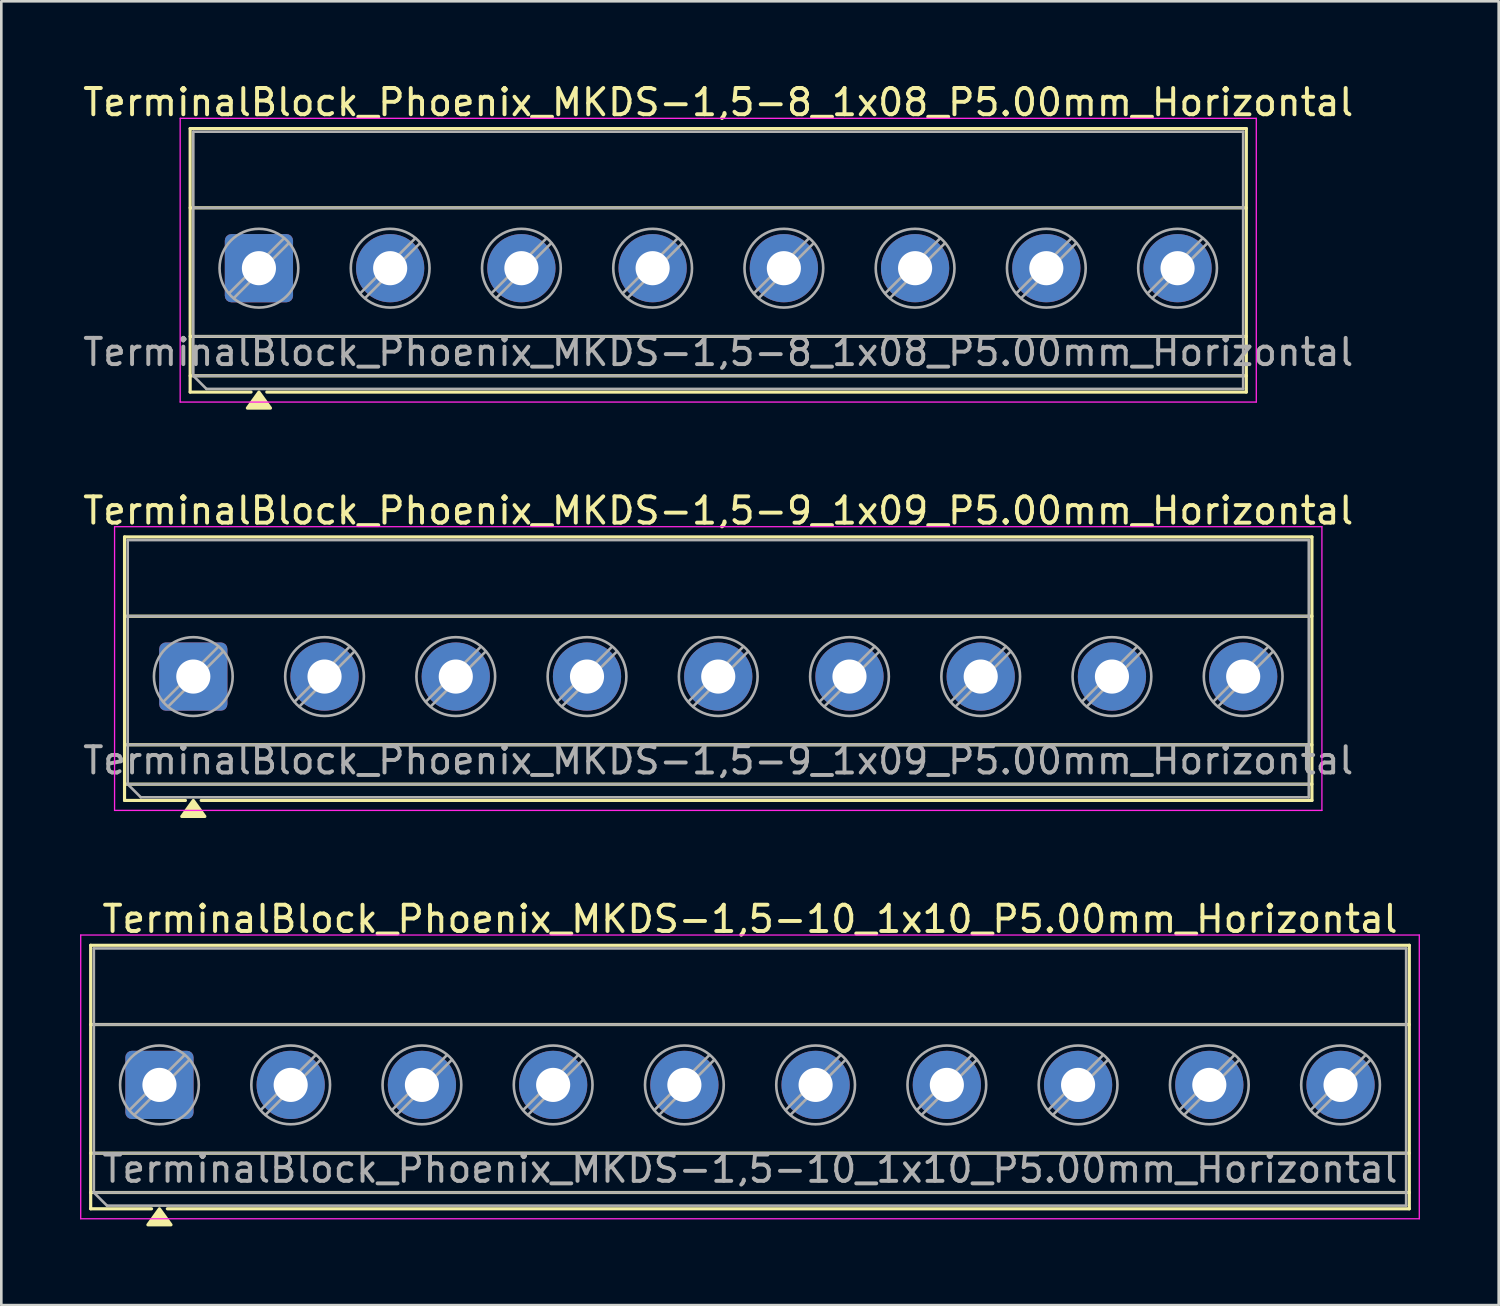
<source format=kicad_pcb>
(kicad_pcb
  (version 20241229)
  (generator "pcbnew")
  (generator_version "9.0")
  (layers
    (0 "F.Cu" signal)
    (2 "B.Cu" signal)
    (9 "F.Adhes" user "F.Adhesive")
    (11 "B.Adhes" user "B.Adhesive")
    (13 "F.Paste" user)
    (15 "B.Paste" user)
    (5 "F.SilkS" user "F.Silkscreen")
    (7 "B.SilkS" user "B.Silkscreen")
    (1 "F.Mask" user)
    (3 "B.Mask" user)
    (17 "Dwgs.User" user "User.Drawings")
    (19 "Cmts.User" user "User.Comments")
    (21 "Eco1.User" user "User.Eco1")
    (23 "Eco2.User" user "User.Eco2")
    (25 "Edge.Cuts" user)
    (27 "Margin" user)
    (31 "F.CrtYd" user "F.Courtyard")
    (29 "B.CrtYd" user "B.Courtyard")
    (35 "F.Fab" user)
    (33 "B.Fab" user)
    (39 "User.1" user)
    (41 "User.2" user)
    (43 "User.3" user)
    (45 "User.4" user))
  (footprint "TerminalBlock_Phoenix_MKDS-1,5-9_1x09_P5.00mm_Horizontal"
    (layer "F.Cu")
    (at 4.315 22.727)
    (property "Reference" "TerminalBlock_Phoenix_MKDS-1,5-9_1x09_P5.00mm_Horizontal" (at 20 -6.32 0) (layer "F.SilkS") (effects (font (size 1 1) (thickness 0.15))))
    (attr through_hole)
    (fp_line (start -2.62 -5.32) (end 42.62 -5.32) (stroke (width 0.12) (type solid)) (layer "F.SilkS"))
    (fp_line (start -2.62 -2.3) (end 42.62 -2.3) (stroke (width 0.12) (type solid)) (layer "F.SilkS"))
    (fp_line (start -2.62 2.6) (end 42.62 2.6) (stroke (width 0.12) (type solid)) (layer "F.SilkS"))
    (fp_line (start -2.62 4.1) (end 42.62 4.1) (stroke (width 0.12) (type solid)) (layer "F.SilkS"))
    (fp_line (start -2.62 4.72) (end -2.62 -5.32) (stroke (width 0.12) (type solid)) (layer "F.SilkS"))
    (fp_line (start -0.3 4.72) (end -2.62 4.72) (stroke (width 0.12) (type solid)) (layer "F.SilkS"))
    (fp_line (start 42.62 -5.32) (end 42.62 4.72) (stroke (width 0.12) (type solid)) (layer "F.SilkS"))
    (fp_line (start 42.62 4.72) (end 0.3 4.72) (stroke (width 0.12) (type solid)) (layer "F.SilkS"))
    (fp_poly (pts (xy 0 4.72) (xy 0.44 5.33) (xy -0.44 5.33)) (stroke (width 0.12) (type solid)) (fill yes) (layer "F.SilkS"))
    (fp_line (start -3 -5.71) (end -3 5.1) (stroke (width 0.05) (type solid)) (layer "F.CrtYd"))
    (fp_line (start -3 5.1) (end 43 5.1) (stroke (width 0.05) (type solid)) (layer "F.CrtYd"))
    (fp_line (start 43 -5.71) (end -3 -5.71) (stroke (width 0.05) (type solid)) (layer "F.CrtYd"))
    (fp_line (start 43 5.1) (end 43 -5.71) (stroke (width 0.05) (type solid)) (layer "F.CrtYd"))
    (fp_line (start -2.5 -5.2) (end 42.5 -5.2) (stroke (width 0.1) (type solid)) (layer "F.Fab"))
    (fp_line (start -2.5 -2.3) (end 42.5 -2.3) (stroke (width 0.1) (type solid)) (layer "F.Fab"))
    (fp_line (start -2.5 2.6) (end 42.5 2.6) (stroke (width 0.1) (type solid)) (layer "F.Fab"))
    (fp_line (start -2.5 4.1) (end -2.5 -5.2) (stroke (width 0.1) (type solid)) (layer "F.Fab"))
    (fp_line (start -2.5 4.1) (end 42.5 4.1) (stroke (width 0.1) (type solid)) (layer "F.Fab"))
    (fp_line (start -2 4.6) (end -2.5 4.1) (stroke (width 0.1) (type solid)) (layer "F.Fab"))
    (fp_line (start 0.955 -1.138) (end -1.138 0.955) (stroke (width 0.1) (type solid)) (layer "F.Fab"))
    (fp_line (start 1.138 -0.955) (end -0.955 1.138) (stroke (width 0.1) (type solid)) (layer "F.Fab"))
    (fp_line (start 5.955 -1.138) (end 3.862 0.955) (stroke (width 0.1) (type solid)) (layer "F.Fab"))
    (fp_line (start 6.138 -0.955) (end 4.045 1.138) (stroke (width 0.1) (type solid)) (layer "F.Fab"))
    (fp_line (start 10.955 -1.138) (end 8.862 0.955) (stroke (width 0.1) (type solid)) (layer "F.Fab"))
    (fp_line (start 11.138 -0.955) (end 9.045 1.138) (stroke (width 0.1) (type solid)) (layer "F.Fab"))
    (fp_line (start 15.955 -1.138) (end 13.862 0.955) (stroke (width 0.1) (type solid)) (layer "F.Fab"))
    (fp_line (start 16.138 -0.955) (end 14.045 1.138) (stroke (width 0.1) (type solid)) (layer "F.Fab"))
    (fp_line (start 20.955 -1.138) (end 18.862 0.955) (stroke (width 0.1) (type solid)) (layer "F.Fab"))
    (fp_line (start 21.138 -0.955) (end 19.045 1.138) (stroke (width 0.1) (type solid)) (layer "F.Fab"))
    (fp_line (start 25.955 -1.138) (end 23.862 0.955) (stroke (width 0.1) (type solid)) (layer "F.Fab"))
    (fp_line (start 26.138 -0.955) (end 24.045 1.138) (stroke (width 0.1) (type solid)) (layer "F.Fab"))
    (fp_line (start 30.955 -1.138) (end 28.862 0.955) (stroke (width 0.1) (type solid)) (layer "F.Fab"))
    (fp_line (start 31.138 -0.955) (end 29.045 1.138) (stroke (width 0.1) (type solid)) (layer "F.Fab"))
    (fp_line (start 35.955 -1.138) (end 33.862 0.955) (stroke (width 0.1) (type solid)) (layer "F.Fab"))
    (fp_line (start 36.138 -0.955) (end 34.045 1.138) (stroke (width 0.1) (type solid)) (layer "F.Fab"))
    (fp_line (start 40.955 -1.138) (end 38.862 0.955) (stroke (width 0.1) (type solid)) (layer "F.Fab"))
    (fp_line (start 41.138 -0.955) (end 39.045 1.138) (stroke (width 0.1) (type solid)) (layer "F.Fab"))
    (fp_line (start 42.5 -5.2) (end 42.5 4.6) (stroke (width 0.1) (type solid)) (layer "F.Fab"))
    (fp_line (start 42.5 4.6) (end -2 4.6) (stroke (width 0.1) (type solid)) (layer "F.Fab"))
    (fp_circle (center 0 0) (end 1.5 0) (stroke (width 0.1) (type solid)) (fill no) (layer "F.Fab"))
    (fp_circle (center 5 0) (end 6.5 0) (stroke (width 0.1) (type solid)) (fill no) (layer "F.Fab"))
    (fp_circle (center 10 0) (end 11.5 0) (stroke (width 0.1) (type solid)) (fill no) (layer "F.Fab"))
    (fp_circle (center 15 0) (end 16.5 0) (stroke (width 0.1) (type solid)) (fill no) (layer "F.Fab"))
    (fp_circle (center 20 0) (end 21.5 0) (stroke (width 0.1) (type solid)) (fill no) (layer "F.Fab"))
    (fp_circle (center 25 0) (end 26.5 0) (stroke (width 0.1) (type solid)) (fill no) (layer "F.Fab"))
    (fp_circle (center 30 0) (end 31.5 0) (stroke (width 0.1) (type solid)) (fill no) (layer "F.Fab"))
    (fp_circle (center 35 0) (end 36.5 0) (stroke (width 0.1) (type solid)) (fill no) (layer "F.Fab"))
    (fp_circle (center 40 0) (end 41.5 0) (stroke (width 0.1) (type solid)) (fill no) (layer "F.Fab"))
    (fp_text user "${REFERENCE}" (at 20 3.2 0) (layer "F.Fab") (effects (font (size 1 1) (thickness 0.15))))
    (pad "1" thru_hole roundrect (at 0 0) (size 2.6 2.6) (drill 1.3) (layers "*.Cu" "*.Mask") (roundrect_rratio 0.096))
    (pad "2" thru_hole circle (at 5 0) (size 2.6 2.6) (drill 1.3) (layers "*.Cu" "*.Mask"))
    (pad "3" thru_hole circle (at 10 0) (size 2.6 2.6) (drill 1.3) (layers "*.Cu" "*.Mask"))
    (pad "4" thru_hole circle (at 15 0) (size 2.6 2.6) (drill 1.3) (layers "*.Cu" "*.Mask"))
    (pad "5" thru_hole circle (at 20 0) (size 2.6 2.6) (drill 1.3) (layers "*.Cu" "*.Mask"))
    (pad "6" thru_hole circle (at 25 0) (size 2.6 2.6) (drill 1.3) (layers "*.Cu" "*.Mask"))
    (pad "7" thru_hole circle (at 30 0) (size 2.6 2.6) (drill 1.3) (layers "*.Cu" "*.Mask"))
    (pad "8" thru_hole circle (at 35 0) (size 2.6 2.6) (drill 1.3) (layers "*.Cu" "*.Mask"))
    (pad "9" thru_hole circle (at 40 0) (size 2.6 2.6) (drill 1.3) (layers "*.Cu" "*.Mask")))
  (footprint "TerminalBlock_Phoenix_MKDS-1,5-8_1x08_P5.00mm_Horizontal"
    (layer "F.Cu")
    (at 6.815 7.168)
    (property "Reference" "TerminalBlock_Phoenix_MKDS-1,5-8_1x08_P5.00mm_Horizontal" (at 17.5 -6.32 0) (layer "F.SilkS") (effects (font (size 1 1) (thickness 0.15))))
    (attr through_hole)
    (fp_line (start -2.62 -5.32) (end 37.62 -5.32) (stroke (width 0.12) (type solid)) (layer "F.SilkS"))
    (fp_line (start -2.62 -2.3) (end 37.62 -2.3) (stroke (width 0.12) (type solid)) (layer "F.SilkS"))
    (fp_line (start -2.62 2.6) (end 37.62 2.6) (stroke (width 0.12) (type solid)) (layer "F.SilkS"))
    (fp_line (start -2.62 4.1) (end 37.62 4.1) (stroke (width 0.12) (type solid)) (layer "F.SilkS"))
    (fp_line (start -2.62 4.72) (end -2.62 -5.32) (stroke (width 0.12) (type solid)) (layer "F.SilkS"))
    (fp_line (start -0.3 4.72) (end -2.62 4.72) (stroke (width 0.12) (type solid)) (layer "F.SilkS"))
    (fp_line (start 37.62 -5.32) (end 37.62 4.72) (stroke (width 0.12) (type solid)) (layer "F.SilkS"))
    (fp_line (start 37.62 4.72) (end 0.3 4.72) (stroke (width 0.12) (type solid)) (layer "F.SilkS"))
    (fp_poly (pts (xy 0 4.72) (xy 0.44 5.33) (xy -0.44 5.33)) (stroke (width 0.12) (type solid)) (fill yes) (layer "F.SilkS"))
    (fp_line (start -3 -5.71) (end -3 5.1) (stroke (width 0.05) (type solid)) (layer "F.CrtYd"))
    (fp_line (start -3 5.1) (end 38 5.1) (stroke (width 0.05) (type solid)) (layer "F.CrtYd"))
    (fp_line (start 38 -5.71) (end -3 -5.71) (stroke (width 0.05) (type solid)) (layer "F.CrtYd"))
    (fp_line (start 38 5.1) (end 38 -5.71) (stroke (width 0.05) (type solid)) (layer "F.CrtYd"))
    (fp_line (start -2.5 -5.2) (end 37.5 -5.2) (stroke (width 0.1) (type solid)) (layer "F.Fab"))
    (fp_line (start -2.5 -2.3) (end 37.5 -2.3) (stroke (width 0.1) (type solid)) (layer "F.Fab"))
    (fp_line (start -2.5 2.6) (end 37.5 2.6) (stroke (width 0.1) (type solid)) (layer "F.Fab"))
    (fp_line (start -2.5 4.1) (end -2.5 -5.2) (stroke (width 0.1) (type solid)) (layer "F.Fab"))
    (fp_line (start -2.5 4.1) (end 37.5 4.1) (stroke (width 0.1) (type solid)) (layer "F.Fab"))
    (fp_line (start -2 4.6) (end -2.5 4.1) (stroke (width 0.1) (type solid)) (layer "F.Fab"))
    (fp_line (start 0.955 -1.138) (end -1.138 0.955) (stroke (width 0.1) (type solid)) (layer "F.Fab"))
    (fp_line (start 1.138 -0.955) (end -0.955 1.138) (stroke (width 0.1) (type solid)) (layer "F.Fab"))
    (fp_line (start 5.955 -1.138) (end 3.862 0.955) (stroke (width 0.1) (type solid)) (layer "F.Fab"))
    (fp_line (start 6.138 -0.955) (end 4.045 1.138) (stroke (width 0.1) (type solid)) (layer "F.Fab"))
    (fp_line (start 10.955 -1.138) (end 8.862 0.955) (stroke (width 0.1) (type solid)) (layer "F.Fab"))
    (fp_line (start 11.138 -0.955) (end 9.045 1.138) (stroke (width 0.1) (type solid)) (layer "F.Fab"))
    (fp_line (start 15.955 -1.138) (end 13.862 0.955) (stroke (width 0.1) (type solid)) (layer "F.Fab"))
    (fp_line (start 16.138 -0.955) (end 14.045 1.138) (stroke (width 0.1) (type solid)) (layer "F.Fab"))
    (fp_line (start 20.955 -1.138) (end 18.862 0.955) (stroke (width 0.1) (type solid)) (layer "F.Fab"))
    (fp_line (start 21.138 -0.955) (end 19.045 1.138) (stroke (width 0.1) (type solid)) (layer "F.Fab"))
    (fp_line (start 25.955 -1.138) (end 23.862 0.955) (stroke (width 0.1) (type solid)) (layer "F.Fab"))
    (fp_line (start 26.138 -0.955) (end 24.045 1.138) (stroke (width 0.1) (type solid)) (layer "F.Fab"))
    (fp_line (start 30.955 -1.138) (end 28.862 0.955) (stroke (width 0.1) (type solid)) (layer "F.Fab"))
    (fp_line (start 31.138 -0.955) (end 29.045 1.138) (stroke (width 0.1) (type solid)) (layer "F.Fab"))
    (fp_line (start 35.955 -1.138) (end 33.862 0.955) (stroke (width 0.1) (type solid)) (layer "F.Fab"))
    (fp_line (start 36.138 -0.955) (end 34.045 1.138) (stroke (width 0.1) (type solid)) (layer "F.Fab"))
    (fp_line (start 37.5 -5.2) (end 37.5 4.6) (stroke (width 0.1) (type solid)) (layer "F.Fab"))
    (fp_line (start 37.5 4.6) (end -2 4.6) (stroke (width 0.1) (type solid)) (layer "F.Fab"))
    (fp_circle (center 0 0) (end 1.5 0) (stroke (width 0.1) (type solid)) (fill no) (layer "F.Fab"))
    (fp_circle (center 5 0) (end 6.5 0) (stroke (width 0.1) (type solid)) (fill no) (layer "F.Fab"))
    (fp_circle (center 10 0) (end 11.5 0) (stroke (width 0.1) (type solid)) (fill no) (layer "F.Fab"))
    (fp_circle (center 15 0) (end 16.5 0) (stroke (width 0.1) (type solid)) (fill no) (layer "F.Fab"))
    (fp_circle (center 20 0) (end 21.5 0) (stroke (width 0.1) (type solid)) (fill no) (layer "F.Fab"))
    (fp_circle (center 25 0) (end 26.5 0) (stroke (width 0.1) (type solid)) (fill no) (layer "F.Fab"))
    (fp_circle (center 30 0) (end 31.5 0) (stroke (width 0.1) (type solid)) (fill no) (layer "F.Fab"))
    (fp_circle (center 35 0) (end 36.5 0) (stroke (width 0.1) (type solid)) (fill no) (layer "F.Fab"))
    (fp_text user "${REFERENCE}" (at 17.5 3.2 0) (layer "F.Fab") (effects (font (size 1 1) (thickness 0.15))))
    (pad "1" thru_hole roundrect (at 0 0) (size 2.6 2.6) (drill 1.3) (layers "*.Cu" "*.Mask") (roundrect_rratio 0.096))
    (pad "2" thru_hole circle (at 5 0) (size 2.6 2.6) (drill 1.3) (layers "*.Cu" "*.Mask"))
    (pad "3" thru_hole circle (at 10 0) (size 2.6 2.6) (drill 1.3) (layers "*.Cu" "*.Mask"))
    (pad "4" thru_hole circle (at 15 0) (size 2.6 2.6) (drill 1.3) (layers "*.Cu" "*.Mask"))
    (pad "5" thru_hole circle (at 20 0) (size 2.6 2.6) (drill 1.3) (layers "*.Cu" "*.Mask"))
    (pad "6" thru_hole circle (at 25 0) (size 2.6 2.6) (drill 1.3) (layers "*.Cu" "*.Mask"))
    (pad "7" thru_hole circle (at 30 0) (size 2.6 2.6) (drill 1.3) (layers "*.Cu" "*.Mask"))
    (pad "8" thru_hole circle (at 35 0) (size 2.6 2.6) (drill 1.3) (layers "*.Cu" "*.Mask")))
  (footprint "TerminalBlock_Phoenix_MKDS-1,5-10_1x10_P5.00mm_Horizontal"
    (layer "F.Cu")
    (at 3.025 38.285)
    (property "Reference" "TerminalBlock_Phoenix_MKDS-1,5-10_1x10_P5.00mm_Horizontal" (at 22.5 -6.32 0) (layer "F.SilkS") (effects (font (size 1 1) (thickness 0.15))))
    (attr through_hole)
    (fp_line (start -2.62 -5.32) (end 47.62 -5.32) (stroke (width 0.12) (type solid)) (layer "F.SilkS"))
    (fp_line (start -2.62 -2.3) (end 47.62 -2.3) (stroke (width 0.12) (type solid)) (layer "F.SilkS"))
    (fp_line (start -2.62 2.6) (end 47.62 2.6) (stroke (width 0.12) (type solid)) (layer "F.SilkS"))
    (fp_line (start -2.62 4.1) (end 47.62 4.1) (stroke (width 0.12) (type solid)) (layer "F.SilkS"))
    (fp_line (start -2.62 4.72) (end -2.62 -5.32) (stroke (width 0.12) (type solid)) (layer "F.SilkS"))
    (fp_line (start -0.3 4.72) (end -2.62 4.72) (stroke (width 0.12) (type solid)) (layer "F.SilkS"))
    (fp_line (start 47.62 -5.32) (end 47.62 4.72) (stroke (width 0.12) (type solid)) (layer "F.SilkS"))
    (fp_line (start 47.62 4.72) (end 0.3 4.72) (stroke (width 0.12) (type solid)) (layer "F.SilkS"))
    (fp_poly (pts (xy 0 4.72) (xy 0.44 5.33) (xy -0.44 5.33)) (stroke (width 0.12) (type solid)) (fill yes) (layer "F.SilkS"))
    (fp_line (start -3 -5.71) (end -3 5.1) (stroke (width 0.05) (type solid)) (layer "F.CrtYd"))
    (fp_line (start -3 5.1) (end 48 5.1) (stroke (width 0.05) (type solid)) (layer "F.CrtYd"))
    (fp_line (start 48 -5.71) (end -3 -5.71) (stroke (width 0.05) (type solid)) (layer "F.CrtYd"))
    (fp_line (start 48 5.1) (end 48 -5.71) (stroke (width 0.05) (type solid)) (layer "F.CrtYd"))
    (fp_line (start -2.5 -5.2) (end 47.5 -5.2) (stroke (width 0.1) (type solid)) (layer "F.Fab"))
    (fp_line (start -2.5 -2.3) (end 47.5 -2.3) (stroke (width 0.1) (type solid)) (layer "F.Fab"))
    (fp_line (start -2.5 2.6) (end 47.5 2.6) (stroke (width 0.1) (type solid)) (layer "F.Fab"))
    (fp_line (start -2.5 4.1) (end -2.5 -5.2) (stroke (width 0.1) (type solid)) (layer "F.Fab"))
    (fp_line (start -2.5 4.1) (end 47.5 4.1) (stroke (width 0.1) (type solid)) (layer "F.Fab"))
    (fp_line (start -2 4.6) (end -2.5 4.1) (stroke (width 0.1) (type solid)) (layer "F.Fab"))
    (fp_line (start 0.955 -1.138) (end -1.138 0.955) (stroke (width 0.1) (type solid)) (layer "F.Fab"))
    (fp_line (start 1.138 -0.955) (end -0.955 1.138) (stroke (width 0.1) (type solid)) (layer "F.Fab"))
    (fp_line (start 5.955 -1.138) (end 3.862 0.955) (stroke (width 0.1) (type solid)) (layer "F.Fab"))
    (fp_line (start 6.138 -0.955) (end 4.045 1.138) (stroke (width 0.1) (type solid)) (layer "F.Fab"))
    (fp_line (start 10.955 -1.138) (end 8.862 0.955) (stroke (width 0.1) (type solid)) (layer "F.Fab"))
    (fp_line (start 11.138 -0.955) (end 9.045 1.138) (stroke (width 0.1) (type solid)) (layer "F.Fab"))
    (fp_line (start 15.955 -1.138) (end 13.862 0.955) (stroke (width 0.1) (type solid)) (layer "F.Fab"))
    (fp_line (start 16.138 -0.955) (end 14.045 1.138) (stroke (width 0.1) (type solid)) (layer "F.Fab"))
    (fp_line (start 20.955 -1.138) (end 18.862 0.955) (stroke (width 0.1) (type solid)) (layer "F.Fab"))
    (fp_line (start 21.138 -0.955) (end 19.045 1.138) (stroke (width 0.1) (type solid)) (layer "F.Fab"))
    (fp_line (start 25.955 -1.138) (end 23.862 0.955) (stroke (width 0.1) (type solid)) (layer "F.Fab"))
    (fp_line (start 26.138 -0.955) (end 24.045 1.138) (stroke (width 0.1) (type solid)) (layer "F.Fab"))
    (fp_line (start 30.955 -1.138) (end 28.862 0.955) (stroke (width 0.1) (type solid)) (layer "F.Fab"))
    (fp_line (start 31.138 -0.955) (end 29.045 1.138) (stroke (width 0.1) (type solid)) (layer "F.Fab"))
    (fp_line (start 35.955 -1.138) (end 33.862 0.955) (stroke (width 0.1) (type solid)) (layer "F.Fab"))
    (fp_line (start 36.138 -0.955) (end 34.045 1.138) (stroke (width 0.1) (type solid)) (layer "F.Fab"))
    (fp_line (start 40.955 -1.138) (end 38.862 0.955) (stroke (width 0.1) (type solid)) (layer "F.Fab"))
    (fp_line (start 41.138 -0.955) (end 39.045 1.138) (stroke (width 0.1) (type solid)) (layer "F.Fab"))
    (fp_line (start 45.955 -1.138) (end 43.862 0.955) (stroke (width 0.1) (type solid)) (layer "F.Fab"))
    (fp_line (start 46.138 -0.955) (end 44.045 1.138) (stroke (width 0.1) (type solid)) (layer "F.Fab"))
    (fp_line (start 47.5 -5.2) (end 47.5 4.6) (stroke (width 0.1) (type solid)) (layer "F.Fab"))
    (fp_line (start 47.5 4.6) (end -2 4.6) (stroke (width 0.1) (type solid)) (layer "F.Fab"))
    (fp_circle (center 0 0) (end 1.5 0) (stroke (width 0.1) (type solid)) (fill no) (layer "F.Fab"))
    (fp_circle (center 5 0) (end 6.5 0) (stroke (width 0.1) (type solid)) (fill no) (layer "F.Fab"))
    (fp_circle (center 10 0) (end 11.5 0) (stroke (width 0.1) (type solid)) (fill no) (layer "F.Fab"))
    (fp_circle (center 15 0) (end 16.5 0) (stroke (width 0.1) (type solid)) (fill no) (layer "F.Fab"))
    (fp_circle (center 20 0) (end 21.5 0) (stroke (width 0.1) (type solid)) (fill no) (layer "F.Fab"))
    (fp_circle (center 25 0) (end 26.5 0) (stroke (width 0.1) (type solid)) (fill no) (layer "F.Fab"))
    (fp_circle (center 30 0) (end 31.5 0) (stroke (width 0.1) (type solid)) (fill no) (layer "F.Fab"))
    (fp_circle (center 35 0) (end 36.5 0) (stroke (width 0.1) (type solid)) (fill no) (layer "F.Fab"))
    (fp_circle (center 40 0) (end 41.5 0) (stroke (width 0.1) (type solid)) (fill no) (layer "F.Fab"))
    (fp_circle (center 45 0) (end 46.5 0) (stroke (width 0.1) (type solid)) (fill no) (layer "F.Fab"))
    (fp_text user "${REFERENCE}" (at 22.5 3.2 0) (layer "F.Fab") (effects (font (size 1 1) (thickness 0.15))))
    (pad "1" thru_hole roundrect (at 0 0) (size 2.6 2.6) (drill 1.3) (layers "*.Cu" "*.Mask") (roundrect_rratio 0.096))
    (pad "2" thru_hole circle (at 5 0) (size 2.6 2.6) (drill 1.3) (layers "*.Cu" "*.Mask"))
    (pad "3" thru_hole circle (at 10 0) (size 2.6 2.6) (drill 1.3) (layers "*.Cu" "*.Mask"))
    (pad "4" thru_hole circle (at 15 0) (size 2.6 2.6) (drill 1.3) (layers "*.Cu" "*.Mask"))
    (pad "5" thru_hole circle (at 20 0) (size 2.6 2.6) (drill 1.3) (layers "*.Cu" "*.Mask"))
    (pad "6" thru_hole circle (at 25 0) (size 2.6 2.6) (drill 1.3) (layers "*.Cu" "*.Mask"))
    (pad "7" thru_hole circle (at 30 0) (size 2.6 2.6) (drill 1.3) (layers "*.Cu" "*.Mask"))
    (pad "8" thru_hole circle (at 35 0) (size 2.6 2.6) (drill 1.3) (layers "*.Cu" "*.Mask"))
    (pad "9" thru_hole circle (at 40 0) (size 2.6 2.6) (drill 1.3) (layers "*.Cu" "*.Mask"))
    (pad "10" thru_hole circle (at 45 0) (size 2.6 2.6) (drill 1.3) (layers "*.Cu" "*.Mask")))
  (gr_rect
    (start -3 -3)
    (end 54.05 46.675)
    (stroke (width 0.1) (type default))
    (fill no)
    (layer "Edge.Cuts")))
</source>
